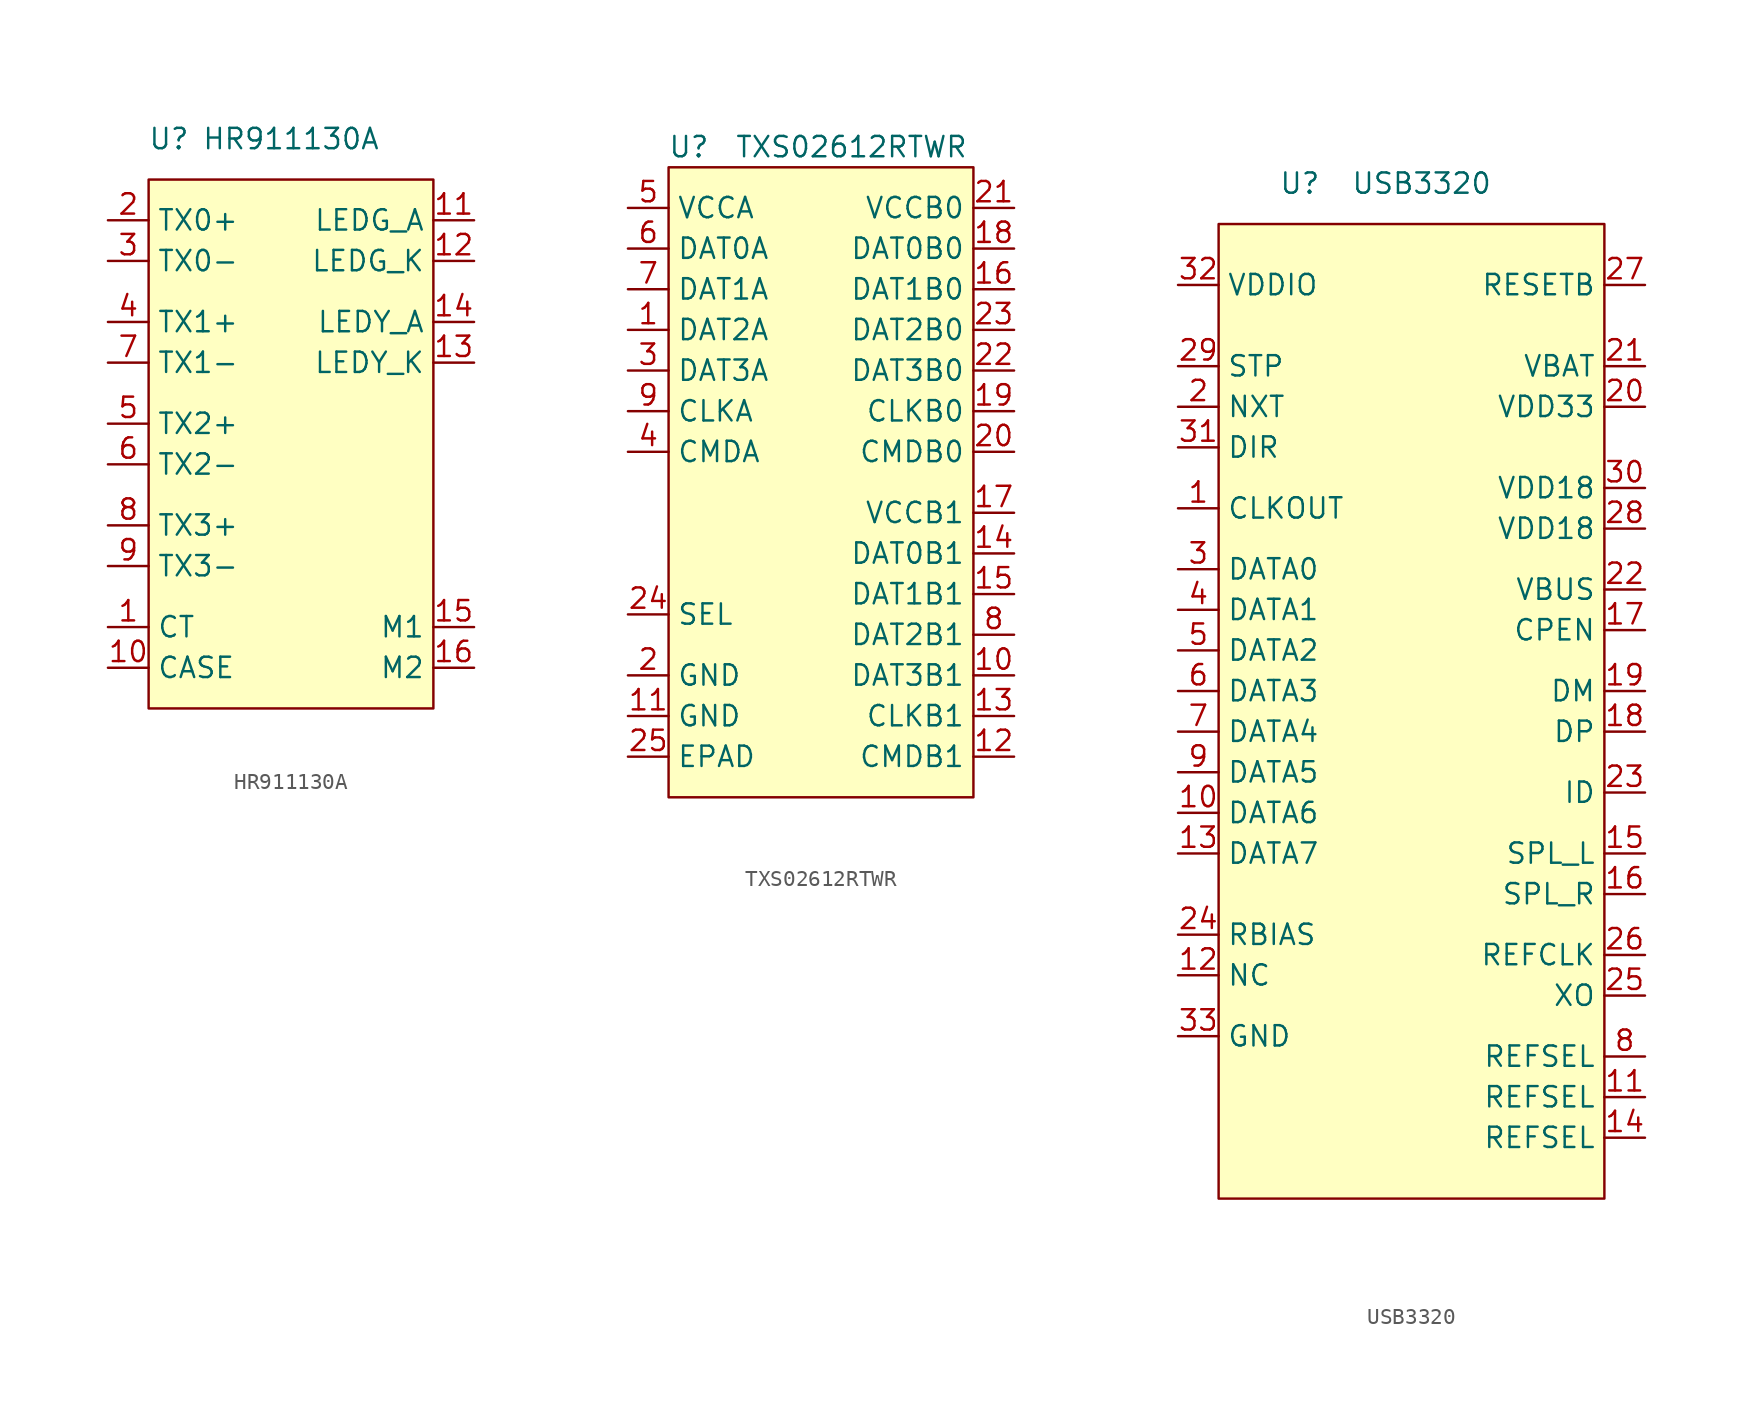
<source format=kicad_sym>
(kicad_symbol_lib
  (version 20211014)
  (generator kicad_symbol_editor)
  (symbol "HR911130A"
    (property "Reference" "U"
      (at -3.81 10.16 0)
      (effects (font (size 1.27 1.27))))
    (property "Value" "HR911130A"
      (at 3.81 10.16 0)
      (effects (font (size 1.27 1.27))))
    (symbol "HR911130A_0_1"
      (rectangle (start -5.08 7.62) (end 12.7 -25.4) (stroke (width 0) (type default) (color 0 0 0 0)) (fill (type background))))
    (symbol "HR911130A_1_1"
      (pin input line (at -7.62 -20.32 0) (length 2.54) (name "CT" (effects (font (size 1.27 1.27)))) (number "1" (effects (font (size 1.27 1.27)))))
      (pin input line (at -7.62 -22.86 0) (length 2.54) (name "CASE" (effects (font (size 1.27 1.27)))) (number "10" (effects (font (size 1.27 1.27)))))
      (pin input line (at 15.24 5.08 180) (length 2.54) (name "LEDG_A" (effects (font (size 1.27 1.27)))) (number "11" (effects (font (size 1.27 1.27)))))
      (pin input line (at 15.24 2.54 180) (length 2.54) (name "LEDG_K" (effects (font (size 1.27 1.27)))) (number "12" (effects (font (size 1.27 1.27)))))
      (pin input line (at 15.24 -3.81 180) (length 2.54) (name "LEDY_K" (effects (font (size 1.27 1.27)))) (number "13" (effects (font (size 1.27 1.27)))))
      (pin input line (at 15.24 -1.27 180) (length 2.54) (name "LEDY_A" (effects (font (size 1.27 1.27)))) (number "14" (effects (font (size 1.27 1.27)))))
      (pin input line (at 15.24 -20.32 180) (length 2.54) (name "M1" (effects (font (size 1.27 1.27)))) (number "15" (effects (font (size 1.27 1.27)))))
      (pin input line (at 15.24 -22.86 180) (length 2.54) (name "M2" (effects (font (size 1.27 1.27)))) (number "16" (effects (font (size 1.27 1.27)))))
      (pin input line (at -7.62 5.08 0) (length 2.54) (name "TX0+" (effects (font (size 1.27 1.27)))) (number "2" (effects (font (size 1.27 1.27)))))
      (pin input line (at -7.62 2.54 0) (length 2.54) (name "TX0-" (effects (font (size 1.27 1.27)))) (number "3" (effects (font (size 1.27 1.27)))))
      (pin input line (at -7.62 -1.27 0) (length 2.54) (name "TX1+" (effects (font (size 1.27 1.27)))) (number "4" (effects (font (size 1.27 1.27)))))
      (pin input line (at -7.62 -7.62 0) (length 2.54) (name "TX2+" (effects (font (size 1.27 1.27)))) (number "5" (effects (font (size 1.27 1.27)))))
      (pin input line (at -7.62 -10.16 0) (length 2.54) (name "TX2-" (effects (font (size 1.27 1.27)))) (number "6" (effects (font (size 1.27 1.27)))))
      (pin input line (at -7.62 -3.81 0) (length 2.54) (name "TX1-" (effects (font (size 1.27 1.27)))) (number "7" (effects (font (size 1.27 1.27)))))
      (pin input line (at -7.62 -13.97 0) (length 2.54) (name "TX3+" (effects (font (size 1.27 1.27)))) (number "8" (effects (font (size 1.27 1.27)))))
      (pin input line (at -7.62 -16.51 0) (length 2.54) (name "TX3-" (effects (font (size 1.27 1.27)))) (number "9" (effects (font (size 1.27 1.27)))))))
  (symbol "TXS02612RTWR"
    (property "Reference" "U"
      (at -7.62 1.27 0)
      (effects (font (size 1.27 1.27))))
    (property "Value" "TXS02612RTWR"
      (at 2.54 1.27 0)
      (effects (font (size 1.27 1.27))))
    (symbol "TXS02612RTWR_0_1"
      (rectangle (start -8.89 0) (end 10.16 -39.37) (stroke (width 0) (type default) (color 0 0 0 0)) (fill (type background))))
    (symbol "TXS02612RTWR_1_1"
      (pin input line (at -11.43 -10.16 0) (length 2.54) (name "DAT2A" (effects (font (size 1.27 1.27)))) (number "1" (effects (font (size 1.27 1.27)))))
      (pin input line (at 12.7 -31.75 180) (length 2.54) (name "DAT3B1" (effects (font (size 1.27 1.27)))) (number "10" (effects (font (size 1.27 1.27)))))
      (pin input line (at -11.43 -34.29 0) (length 2.54) (name "GND" (effects (font (size 1.27 1.27)))) (number "11" (effects (font (size 1.27 1.27)))))
      (pin input line (at 12.7 -36.83 180) (length 2.54) (name "CMDB1" (effects (font (size 1.27 1.27)))) (number "12" (effects (font (size 1.27 1.27)))))
      (pin input line (at 12.7 -34.29 180) (length 2.54) (name "CLKB1" (effects (font (size 1.27 1.27)))) (number "13" (effects (font (size 1.27 1.27)))))
      (pin input line (at 12.7 -24.13 180) (length 2.54) (name "DAT0B1" (effects (font (size 1.27 1.27)))) (number "14" (effects (font (size 1.27 1.27)))))
      (pin input line (at 12.7 -26.67 180) (length 2.54) (name "DAT1B1" (effects (font (size 1.27 1.27)))) (number "15" (effects (font (size 1.27 1.27)))))
      (pin input line (at 12.7 -7.62 180) (length 2.54) (name "DAT1B0" (effects (font (size 1.27 1.27)))) (number "16" (effects (font (size 1.27 1.27)))))
      (pin input line (at 12.7 -21.59 180) (length 2.54) (name "VCCB1" (effects (font (size 1.27 1.27)))) (number "17" (effects (font (size 1.27 1.27)))))
      (pin input line (at 12.7 -5.08 180) (length 2.54) (name "DAT0B0" (effects (font (size 1.27 1.27)))) (number "18" (effects (font (size 1.27 1.27)))))
      (pin input line (at 12.7 -15.24 180) (length 2.54) (name "CLKB0" (effects (font (size 1.27 1.27)))) (number "19" (effects (font (size 1.27 1.27)))))
      (pin input line (at -11.43 -31.75 0) (length 2.54) (name "GND" (effects (font (size 1.27 1.27)))) (number "2" (effects (font (size 1.27 1.27)))))
      (pin input line (at 12.7 -17.78 180) (length 2.54) (name "CMDB0" (effects (font (size 1.27 1.27)))) (number "20" (effects (font (size 1.27 1.27)))))
      (pin input line (at 12.7 -2.54 180) (length 2.54) (name "VCCB0" (effects (font (size 1.27 1.27)))) (number "21" (effects (font (size 1.27 1.27)))))
      (pin input line (at 12.7 -12.7 180) (length 2.54) (name "DAT3B0" (effects (font (size 1.27 1.27)))) (number "22" (effects (font (size 1.27 1.27)))))
      (pin input line (at 12.7 -10.16 180) (length 2.54) (name "DAT2B0" (effects (font (size 1.27 1.27)))) (number "23" (effects (font (size 1.27 1.27)))))
      (pin input line (at -11.43 -27.94 0) (length 2.54) (name "SEL" (effects (font (size 1.27 1.27)))) (number "24" (effects (font (size 1.27 1.27)))))
      (pin input line (at -11.43 -36.83 0) (length 2.54) (name "EPAD" (effects (font (size 1.27 1.27)))) (number "25" (effects (font (size 1.27 1.27)))))
      (pin input line (at -11.43 -12.7 0) (length 2.54) (name "DAT3A" (effects (font (size 1.27 1.27)))) (number "3" (effects (font (size 1.27 1.27)))))
      (pin input line (at -11.43 -17.78 0) (length 2.54) (name "CMDA" (effects (font (size 1.27 1.27)))) (number "4" (effects (font (size 1.27 1.27)))))
      (pin input line (at -11.43 -2.54 0) (length 2.54) (name "VCCA" (effects (font (size 1.27 1.27)))) (number "5" (effects (font (size 1.27 1.27)))))
      (pin input line (at -11.43 -5.08 0) (length 2.54) (name "DAT0A" (effects (font (size 1.27 1.27)))) (number "6" (effects (font (size 1.27 1.27)))))
      (pin input line (at -11.43 -7.62 0) (length 2.54) (name "DAT1A" (effects (font (size 1.27 1.27)))) (number "7" (effects (font (size 1.27 1.27)))))
      (pin input line (at 12.7 -29.21 180) (length 2.54) (name "DAT2B1" (effects (font (size 1.27 1.27)))) (number "8" (effects (font (size 1.27 1.27)))))
      (pin input line (at -11.43 -15.24 0) (length 2.54) (name "CLKA" (effects (font (size 1.27 1.27)))) (number "9" (effects (font (size 1.27 1.27)))))))
  (symbol "USB3320"
    (property "Reference" "U"
      (at -5.08 17.78 0)
      (effects (font (size 1.27 1.27))))
    (property "Value" "USB3320"
      (at 2.54 17.78 0)
      (effects (font (size 1.27 1.27))))
    (symbol "USB3320_0_1"
      (rectangle (start -10.16 15.24) (end 13.97 -45.72) (stroke (width 0) (type default) (color 0 0 0 0)) (fill (type background))))
    (symbol "USB3320_1_1"
      (pin input line (at -12.7 -2.54 0) (length 2.54) (name "CLKOUT" (effects (font (size 1.27 1.27)))) (number "1" (effects (font (size 1.27 1.27)))))
      (pin input line (at -12.7 -21.59 0) (length 2.54) (name "DATA6" (effects (font (size 1.27 1.27)))) (number "10" (effects (font (size 1.27 1.27)))))
      (pin input line (at 16.51 -39.37 180) (length 2.54) (name "REFSEL" (effects (font (size 1.27 1.27)))) (number "11" (effects (font (size 1.27 1.27)))))
      (pin input line (at -12.7 -31.75 0) (length 2.54) (name "NC" (effects (font (size 1.27 1.27)))) (number "12" (effects (font (size 1.27 1.27)))))
      (pin input line (at -12.7 -24.13 0) (length 2.54) (name "DATA7" (effects (font (size 1.27 1.27)))) (number "13" (effects (font (size 1.27 1.27)))))
      (pin input line (at 16.51 -41.91 180) (length 2.54) (name "REFSEL" (effects (font (size 1.27 1.27)))) (number "14" (effects (font (size 1.27 1.27)))))
      (pin input line (at 16.51 -24.13 180) (length 2.54) (name "SPL_L" (effects (font (size 1.27 1.27)))) (number "15" (effects (font (size 1.27 1.27)))))
      (pin input line (at 16.51 -26.67 180) (length 2.54) (name "SPL_R" (effects (font (size 1.27 1.27)))) (number "16" (effects (font (size 1.27 1.27)))))
      (pin input line (at 16.51 -10.16 180) (length 2.54) (name "CPEN" (effects (font (size 1.27 1.27)))) (number "17" (effects (font (size 1.27 1.27)))))
      (pin input line (at 16.51 -16.51 180) (length 2.54) (name "DP" (effects (font (size 1.27 1.27)))) (number "18" (effects (font (size 1.27 1.27)))))
      (pin input line (at 16.51 -13.97 180) (length 2.54) (name "DM" (effects (font (size 1.27 1.27)))) (number "19" (effects (font (size 1.27 1.27)))))
      (pin input line (at -12.7 3.81 0) (length 2.54) (name "NXT" (effects (font (size 1.27 1.27)))) (number "2" (effects (font (size 1.27 1.27)))))
      (pin input line (at 16.51 3.81 180) (length 2.54) (name "VDD33" (effects (font (size 1.27 1.27)))) (number "20" (effects (font (size 1.27 1.27)))))
      (pin input line (at 16.51 6.35 180) (length 2.54) (name "VBAT" (effects (font (size 1.27 1.27)))) (number "21" (effects (font (size 1.27 1.27)))))
      (pin input line (at 16.51 -7.62 180) (length 2.54) (name "VBUS" (effects (font (size 1.27 1.27)))) (number "22" (effects (font (size 1.27 1.27)))))
      (pin input line (at 16.51 -20.32 180) (length 2.54) (name "ID" (effects (font (size 1.27 1.27)))) (number "23" (effects (font (size 1.27 1.27)))))
      (pin input line (at -12.7 -29.21 0) (length 2.54) (name "RBIAS" (effects (font (size 1.27 1.27)))) (number "24" (effects (font (size 1.27 1.27)))))
      (pin input line (at 16.51 -33.02 180) (length 2.54) (name "XO" (effects (font (size 1.27 1.27)))) (number "25" (effects (font (size 1.27 1.27)))))
      (pin input line (at 16.51 -30.48 180) (length 2.54) (name "REFCLK" (effects (font (size 1.27 1.27)))) (number "26" (effects (font (size 1.27 1.27)))))
      (pin input line (at 16.51 11.43 180) (length 2.54) (name "RESETB" (effects (font (size 1.27 1.27)))) (number "27" (effects (font (size 1.27 1.27)))))
      (pin input line (at 16.51 -3.81 180) (length 2.54) (name "VDD18" (effects (font (size 1.27 1.27)))) (number "28" (effects (font (size 1.27 1.27)))))
      (pin input line (at -12.7 6.35 0) (length 2.54) (name "STP" (effects (font (size 1.27 1.27)))) (number "29" (effects (font (size 1.27 1.27)))))
      (pin input line (at -12.7 -6.35 0) (length 2.54) (name "DATA0" (effects (font (size 1.27 1.27)))) (number "3" (effects (font (size 1.27 1.27)))))
      (pin input line (at 16.51 -1.27 180) (length 2.54) (name "VDD18" (effects (font (size 1.27 1.27)))) (number "30" (effects (font (size 1.27 1.27)))))
      (pin input line (at -12.7 1.27 0) (length 2.54) (name "DIR" (effects (font (size 1.27 1.27)))) (number "31" (effects (font (size 1.27 1.27)))))
      (pin input line (at -12.7 11.43 0) (length 2.54) (name "VDDIO" (effects (font (size 1.27 1.27)))) (number "32" (effects (font (size 1.27 1.27)))))
      (pin input line (at -12.7 -35.56 0) (length 2.54) (name "GND" (effects (font (size 1.27 1.27)))) (number "33" (effects (font (size 1.27 1.27)))))
      (pin input line (at -12.7 -8.89 0) (length 2.54) (name "DATA1" (effects (font (size 1.27 1.27)))) (number "4" (effects (font (size 1.27 1.27)))))
      (pin input line (at -12.7 -11.43 0) (length 2.54) (name "DATA2" (effects (font (size 1.27 1.27)))) (number "5" (effects (font (size 1.27 1.27)))))
      (pin input line (at -12.7 -13.97 0) (length 2.54) (name "DATA3" (effects (font (size 1.27 1.27)))) (number "6" (effects (font (size 1.27 1.27)))))
      (pin input line (at -12.7 -16.51 0) (length 2.54) (name "DATA4" (effects (font (size 1.27 1.27)))) (number "7" (effects (font (size 1.27 1.27)))))
      (pin input line (at 16.51 -36.83 180) (length 2.54) (name "REFSEL" (effects (font (size 1.27 1.27)))) (number "8" (effects (font (size 1.27 1.27)))))
      (pin input line (at -12.7 -19.05 0) (length 2.54) (name "DATA5" (effects (font (size 1.27 1.27)))) (number "9" (effects (font (size 1.27 1.27))))))))
</source>
